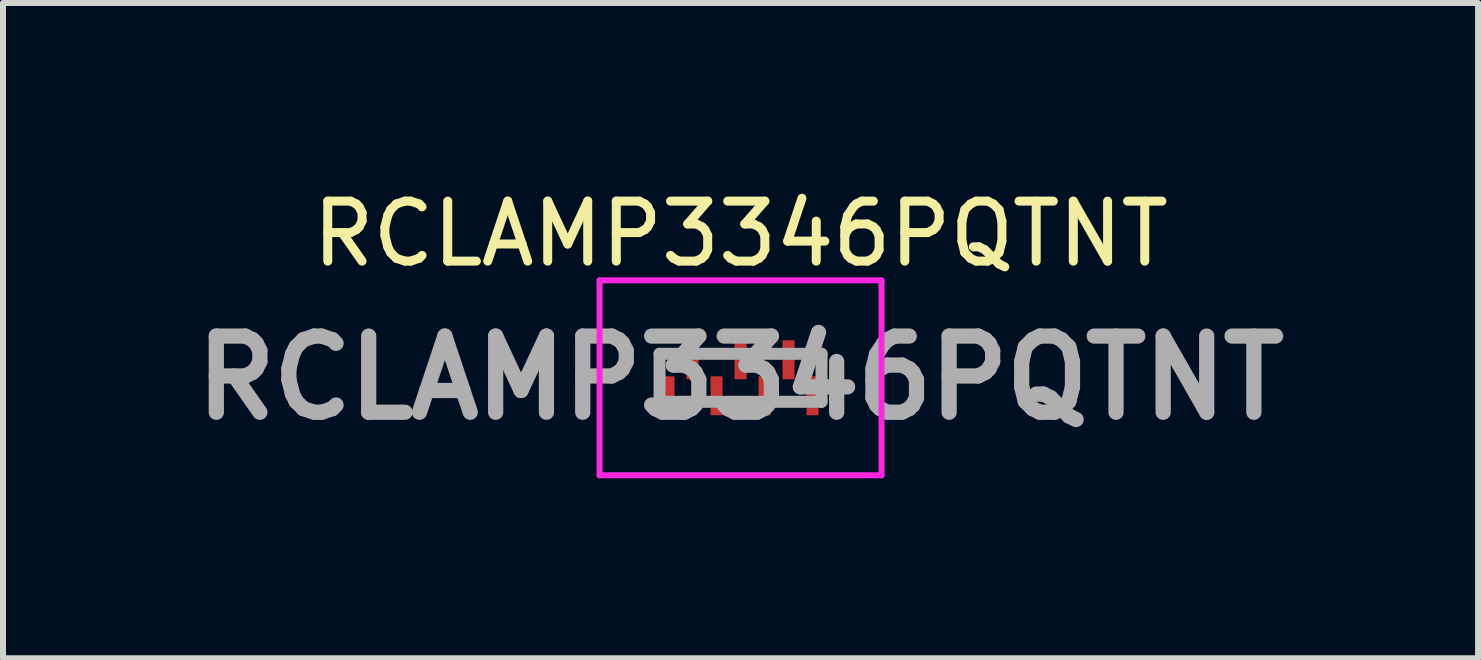
<source format=kicad_pcb>
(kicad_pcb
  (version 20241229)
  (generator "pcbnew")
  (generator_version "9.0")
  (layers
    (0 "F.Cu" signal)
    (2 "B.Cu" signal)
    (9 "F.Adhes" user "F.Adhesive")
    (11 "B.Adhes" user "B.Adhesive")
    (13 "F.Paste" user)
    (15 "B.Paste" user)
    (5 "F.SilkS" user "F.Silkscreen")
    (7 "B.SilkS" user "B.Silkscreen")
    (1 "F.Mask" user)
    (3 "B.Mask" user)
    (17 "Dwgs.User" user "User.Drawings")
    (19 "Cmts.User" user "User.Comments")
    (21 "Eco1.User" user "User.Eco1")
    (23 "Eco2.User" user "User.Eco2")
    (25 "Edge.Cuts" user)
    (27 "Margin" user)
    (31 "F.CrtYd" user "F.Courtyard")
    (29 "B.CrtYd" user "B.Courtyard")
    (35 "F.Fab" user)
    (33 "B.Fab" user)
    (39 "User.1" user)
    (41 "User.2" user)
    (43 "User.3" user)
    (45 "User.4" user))
  (footprint "RCLAMP3346PQTNT"
    (layer "F.Cu")
    (at 9.295 3.248)
    (property "Reference" "RCLAMP3346PQTNT" (at 0 -2.4 0) (layer "F.SilkS") (effects (font (size 1 1) (thickness 0.15))))
    (attr smd)
    (fp_line (start -1.35 -0.4) (end -1.2 -0.4) (stroke (width 0.1) (type solid)) (layer "F.SilkS"))
    (fp_line (start -1.35 -0.3) (end -1.35 -0.4) (stroke (width 0.1) (type solid)) (layer "F.SilkS"))
    (fp_line (start 1.35 -0.4) (end 1.2 -0.4) (stroke (width 0.1) (type solid)) (layer "F.SilkS"))
    (fp_line (start 1.35 -0.3) (end 1.35 -0.4) (stroke (width 0.1) (type solid)) (layer "F.SilkS"))
    (fp_line (start -2.35 -1.625) (end 2.35 -1.625) (stroke (width 0.1) (type solid)) (layer "F.CrtYd"))
    (fp_line (start -2.35 1.625) (end -2.35 -1.625) (stroke (width 0.1) (type solid)) (layer "F.CrtYd"))
    (fp_line (start 2.35 -1.625) (end 2.35 1.625) (stroke (width 0.1) (type solid)) (layer "F.CrtYd"))
    (fp_line (start 2.35 1.625) (end -2.35 1.625) (stroke (width 0.1) (type solid)) (layer "F.CrtYd"))
    (fp_line (start -1.35 -0.4) (end 1.35 -0.4) (stroke (width 0.2) (type solid)) (layer "F.Fab"))
    (fp_line (start -1.35 0.4) (end -1.35 -0.4) (stroke (width 0.2) (type solid)) (layer "F.Fab"))
    (fp_line (start 1.35 -0.4) (end 1.35 0.4) (stroke (width 0.2) (type solid)) (layer "F.Fab"))
    (fp_line (start 1.35 0.4) (end -1.35 0.4) (stroke (width 0.2) (type solid)) (layer "F.Fab"))
    (fp_text user "${REFERENCE}" (at 0 0 0) (layer "F.Fab") (effects (font (size 1.27 1.27) (thickness 0.254))))
    (pad "1" smd rect (at -1.2 0.3) (size 0.2 0.65) (layers "F.Cu" "F.Mask" "F.Paste"))
    (pad "2" smd rect (at -0.4 0.3) (size 0.2 0.65) (layers "F.Cu" "F.Mask" "F.Paste"))
    (pad "3" smd rect (at 0.4 0.3) (size 0.2 0.65) (layers "F.Cu" "F.Mask" "F.Paste"))
    (pad "4" smd rect (at 1.2 0.3) (size 0.2 0.65) (layers "F.Cu" "F.Mask" "F.Paste"))
    (pad "5" smd rect (at -0.8 -0.3) (size 0.2 0.65) (layers "F.Cu" "F.Mask" "F.Paste"))
    (pad "6" smd rect (at 0 -0.3) (size 0.2 0.65) (layers "F.Cu" "F.Mask" "F.Paste"))
    (pad "7" smd rect (at 0.8 -0.3) (size 0.2 0.65) (layers "F.Cu" "F.Mask" "F.Paste")))
  (gr_rect
    (start -3 -3)
    (end 21.59 7.923)
    (stroke (width 0.1) (type default))
    (fill no)
    (layer "Edge.Cuts")))
</source>
